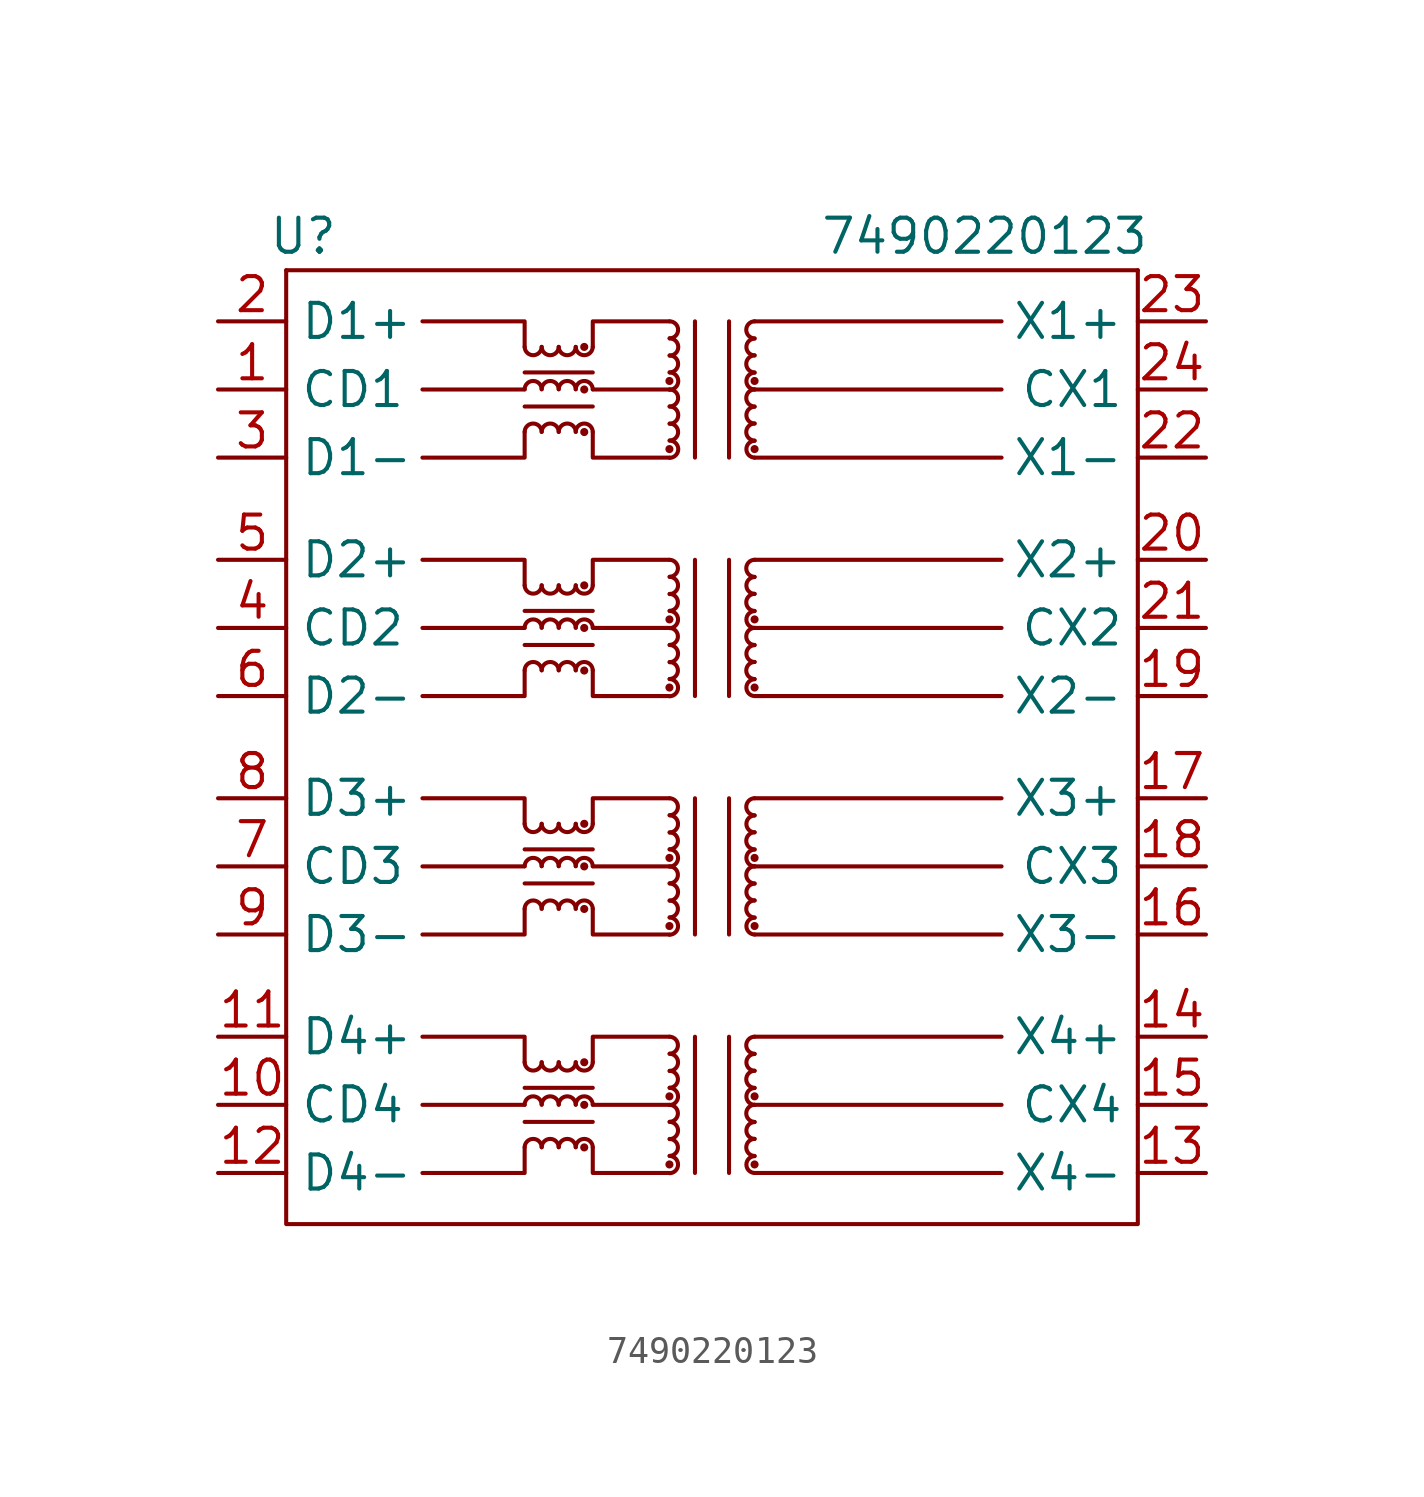
<source format=kicad_sym>
(kicad_symbol_lib
  (version 20211014)
  (generator kicad_symbol_editor)
  (symbol "7490220123"
    (property "Reference" "U"
      (at -15.24 19.05 0)
      (effects (font (size 1.27 1.27))))
    (property "Value" "7490220123"
      (at 10.16 19.05 0)
      (effects (font (size 1.27 1.27))))
    (symbol "7490220123_0_1"
      (arc (start -6.985 -11.7475) (mid -6.6675 -12.0571) (end -6.35 -11.7475) (stroke (width 0.1524) (type default) (color 0 0 0 0)) (fill (type none)))
      (arc (start -6.985 -2.8575) (mid -6.6675 -3.1671) (end -6.35 -2.8575) (stroke (width 0.1524) (type default) (color 0 0 0 0)) (fill (type none)))
      (arc (start -6.985 6.0325) (mid -6.6675 5.7229) (end -6.35 6.0325) (stroke (width 0.1524) (type default) (color 0 0 0 0)) (fill (type none)))
      (arc (start -6.985 14.9225) (mid -6.6675 14.6129) (end -6.35 14.9225) (stroke (width 0.1524) (type default) (color 0 0 0 0)) (fill (type none)))
      (arc (start -6.35 -14.9144) (mid -6.6675 -14.6048) (end -6.985 -14.9144) (stroke (width 0.1524) (type default) (color 0 0 0 0)) (fill (type none)))
      (arc (start -6.35 -13.3269) (mid -6.6675 -13.0173) (end -6.985 -13.3269) (stroke (width 0.1524) (type default) (color 0 0 0 0)) (fill (type none)))
      (arc (start -6.35 -11.7475) (mid -6.0325 -12.0571) (end -5.715 -11.7475) (stroke (width 0.1524) (type default) (color 0 0 0 0)) (fill (type none)))
      (arc (start -6.35 -6.0244) (mid -6.6675 -5.7148) (end -6.985 -6.0244) (stroke (width 0.1524) (type default) (color 0 0 0 0)) (fill (type none)))
      (arc (start -6.35 -4.4369) (mid -6.6675 -4.1273) (end -6.985 -4.4369) (stroke (width 0.1524) (type default) (color 0 0 0 0)) (fill (type none)))
      (arc (start -6.35 -2.8575) (mid -6.0325 -3.1671) (end -5.715 -2.8575) (stroke (width 0.1524) (type default) (color 0 0 0 0)) (fill (type none)))
      (arc (start -6.35 2.8656) (mid -6.6675 3.1752) (end -6.985 2.8656) (stroke (width 0.1524) (type default) (color 0 0 0 0)) (fill (type none)))
      (arc (start -6.35 4.4531) (mid -6.6675 4.7627) (end -6.985 4.4531) (stroke (width 0.1524) (type default) (color 0 0 0 0)) (fill (type none)))
      (arc (start -6.35 6.0325) (mid -6.0325 5.7229) (end -5.715 6.0325) (stroke (width 0.1524) (type default) (color 0 0 0 0)) (fill (type none)))
      (arc (start -6.35 11.7556) (mid -6.6675 12.0652) (end -6.985 11.7556) (stroke (width 0.1524) (type default) (color 0 0 0 0)) (fill (type none)))
      (arc (start -6.35 13.3431) (mid -6.6675 13.6527) (end -6.985 13.3431) (stroke (width 0.1524) (type default) (color 0 0 0 0)) (fill (type none)))
      (arc (start -6.35 14.9225) (mid -6.0325 14.6129) (end -5.715 14.9225) (stroke (width 0.1524) (type default) (color 0 0 0 0)) (fill (type none)))
      (arc (start -5.715 -14.9144) (mid -6.0325 -14.6048) (end -6.35 -14.9144) (stroke (width 0.1524) (type default) (color 0 0 0 0)) (fill (type none)))
      (arc (start -5.715 -13.3269) (mid -6.0325 -13.0173) (end -6.35 -13.3269) (stroke (width 0.1524) (type default) (color 0 0 0 0)) (fill (type none)))
      (arc (start -5.715 -11.7475) (mid -5.3975 -12.0571) (end -5.08 -11.7475) (stroke (width 0.1524) (type default) (color 0 0 0 0)) (fill (type none)))
      (arc (start -5.715 -6.0244) (mid -6.0325 -5.7148) (end -6.35 -6.0244) (stroke (width 0.1524) (type default) (color 0 0 0 0)) (fill (type none)))
      (arc (start -5.715 -4.4369) (mid -6.0325 -4.1273) (end -6.35 -4.4369) (stroke (width 0.1524) (type default) (color 0 0 0 0)) (fill (type none)))
      (arc (start -5.715 -2.8575) (mid -5.3975 -3.1671) (end -5.08 -2.8575) (stroke (width 0.1524) (type default) (color 0 0 0 0)) (fill (type none)))
      (arc (start -5.715 2.8656) (mid -6.0325 3.1752) (end -6.35 2.8656) (stroke (width 0.1524) (type default) (color 0 0 0 0)) (fill (type none)))
      (arc (start -5.715 4.4531) (mid -6.0325 4.7627) (end -6.35 4.4531) (stroke (width 0.1524) (type default) (color 0 0 0 0)) (fill (type none)))
      (arc (start -5.715 6.0325) (mid -5.3975 5.7229) (end -5.08 6.0325) (stroke (width 0.1524) (type default) (color 0 0 0 0)) (fill (type none)))
      (arc (start -5.715 11.7556) (mid -6.0325 12.0652) (end -6.35 11.7556) (stroke (width 0.1524) (type default) (color 0 0 0 0)) (fill (type none)))
      (arc (start -5.715 13.3431) (mid -6.0325 13.6527) (end -6.35 13.3431) (stroke (width 0.1524) (type default) (color 0 0 0 0)) (fill (type none)))
      (arc (start -5.715 14.9225) (mid -5.3975 14.6129) (end -5.08 14.9225) (stroke (width 0.1524) (type default) (color 0 0 0 0)) (fill (type none)))
      (arc (start -5.08 -14.9144) (mid -5.3975 -14.6048) (end -5.715 -14.9144) (stroke (width 0.1524) (type default) (color 0 0 0 0)) (fill (type none)))
      (arc (start -5.08 -13.3269) (mid -5.3975 -13.0173) (end -5.715 -13.3269) (stroke (width 0.1524) (type default) (color 0 0 0 0)) (fill (type none)))
      (arc (start -5.08 -11.7475) (mid -4.7625 -12.0571) (end -4.445 -11.7475) (stroke (width 0.1524) (type default) (color 0 0 0 0)) (fill (type none)))
      (arc (start -5.08 -6.0244) (mid -5.3975 -5.7148) (end -5.715 -6.0244) (stroke (width 0.1524) (type default) (color 0 0 0 0)) (fill (type none)))
      (arc (start -5.08 -4.4369) (mid -5.3975 -4.1273) (end -5.715 -4.4369) (stroke (width 0.1524) (type default) (color 0 0 0 0)) (fill (type none)))
      (arc (start -5.08 -2.8575) (mid -4.7625 -3.1671) (end -4.445 -2.8575) (stroke (width 0.1524) (type default) (color 0 0 0 0)) (fill (type none)))
      (arc (start -5.08 2.8656) (mid -5.3975 3.1752) (end -5.715 2.8656) (stroke (width 0.1524) (type default) (color 0 0 0 0)) (fill (type none)))
      (arc (start -5.08 4.4531) (mid -5.3975 4.7627) (end -5.715 4.4531) (stroke (width 0.1524) (type default) (color 0 0 0 0)) (fill (type none)))
      (arc (start -5.08 6.0325) (mid -4.7625 5.7229) (end -4.445 6.0325) (stroke (width 0.1524) (type default) (color 0 0 0 0)) (fill (type none)))
      (arc (start -5.08 11.7556) (mid -5.3975 12.0652) (end -5.715 11.7556) (stroke (width 0.1524) (type default) (color 0 0 0 0)) (fill (type none)))
      (arc (start -5.08 13.3431) (mid -5.3975 13.6527) (end -5.715 13.3431) (stroke (width 0.1524) (type default) (color 0 0 0 0)) (fill (type none)))
      (arc (start -5.08 14.9225) (mid -4.7625 14.6129) (end -4.445 14.9225) (stroke (width 0.1524) (type default) (color 0 0 0 0)) (fill (type none)))
      (circle (center -4.763 -14.922) (radius 0.0001) (stroke (width 0.152) (type default) (color 0 0 0 0)) (fill (type none)))
      (circle (center -4.763 -13.335) (radius 0.0001) (stroke (width 0.152) (type default) (color 0 0 0 0)) (fill (type none)))
      (circle (center -4.763 -11.748) (radius 0.0001) (stroke (width 0.152) (type default) (color 0 0 0 0)) (fill (type none)))
      (circle (center -4.763 -6.032) (radius 0.0001) (stroke (width 0.152) (type default) (color 0 0 0 0)) (fill (type none)))
      (circle (center -4.763 -4.445) (radius 0.0001) (stroke (width 0.152) (type default) (color 0 0 0 0)) (fill (type none)))
      (circle (center -4.763 -2.857) (radius 0.0001) (stroke (width 0.152) (type default) (color 0 0 0 0)) (fill (type none)))
      (circle (center -4.763 2.857) (radius 0.0001) (stroke (width 0.152) (type default) (color 0 0 0 0)) (fill (type none)))
      (circle (center -4.763 4.445) (radius 0.0001) (stroke (width 0.152) (type default) (color 0 0 0 0)) (fill (type none)))
      (circle (center -4.763 6.032) (radius 0.0001) (stroke (width 0.152) (type default) (color 0 0 0 0)) (fill (type none)))
      (circle (center -4.763 11.748) (radius 0.0001) (stroke (width 0.152) (type default) (color 0 0 0 0)) (fill (type none)))
      (circle (center -4.763 13.335) (radius 0.0001) (stroke (width 0.152) (type default) (color 0 0 0 0)) (fill (type none)))
      (circle (center -4.763 14.922) (radius 0.0001) (stroke (width 0.152) (type default) (color 0 0 0 0)) (fill (type none)))
      (arc (start -4.445 -14.9144) (mid -4.7625 -14.6048) (end -5.08 -14.9144) (stroke (width 0.1524) (type default) (color 0 0 0 0)) (fill (type none)))
      (arc (start -4.445 -13.3269) (mid -4.7625 -13.0173) (end -5.08 -13.3269) (stroke (width 0.1524) (type default) (color 0 0 0 0)) (fill (type none)))
      (arc (start -4.445 -6.0244) (mid -4.7625 -5.7148) (end -5.08 -6.0244) (stroke (width 0.1524) (type default) (color 0 0 0 0)) (fill (type none)))
      (arc (start -4.445 -4.4369) (mid -4.7625 -4.1273) (end -5.08 -4.4369) (stroke (width 0.1524) (type default) (color 0 0 0 0)) (fill (type none)))
      (arc (start -4.445 2.8656) (mid -4.7625 3.1752) (end -5.08 2.8656) (stroke (width 0.1524) (type default) (color 0 0 0 0)) (fill (type none)))
      (arc (start -4.445 4.4531) (mid -4.7625 4.7627) (end -5.08 4.4531) (stroke (width 0.1524) (type default) (color 0 0 0 0)) (fill (type none)))
      (arc (start -4.445 11.7556) (mid -4.7625 12.0652) (end -5.08 11.7556) (stroke (width 0.1524) (type default) (color 0 0 0 0)) (fill (type none)))
      (arc (start -4.445 13.3431) (mid -4.7625 13.6527) (end -5.08 13.3431) (stroke (width 0.1524) (type default) (color 0 0 0 0)) (fill (type none)))
      (circle (center -1.587 -15.557) (radius 0.0001) (stroke (width 0.152) (type default) (color 0 0 0 0)) (fill (type none)))
      (circle (center -1.587 -13.018) (radius 0.0001) (stroke (width 0.152) (type default) (color 0 0 0 0)) (fill (type none)))
      (circle (center -1.587 -6.668) (radius 0.0001) (stroke (width 0.152) (type default) (color 0 0 0 0)) (fill (type none)))
      (circle (center -1.587 -4.128) (radius 0.0001) (stroke (width 0.152) (type default) (color 0 0 0 0)) (fill (type none)))
      (circle (center -1.587 2.223) (radius 0.0001) (stroke (width 0.152) (type default) (color 0 0 0 0)) (fill (type none)))
      (circle (center -1.587 4.763) (radius 0.0001) (stroke (width 0.152) (type default) (color 0 0 0 0)) (fill (type none)))
      (circle (center -1.587 11.113) (radius 0.0001) (stroke (width 0.152) (type default) (color 0 0 0 0)) (fill (type none)))
      (circle (center -1.587 13.652) (radius 0.0001) (stroke (width 0.152) (type default) (color 0 0 0 0)) (fill (type none)))
      (arc (start -1.5795 -15.875) (mid -1.2699 -15.5575) (end -1.5795 -15.24) (stroke (width 0.1524) (type default) (color 0 0 0 0)) (fill (type none)))
      (arc (start -1.5795 -15.24) (mid -1.2699 -14.9225) (end -1.5795 -14.605) (stroke (width 0.1524) (type default) (color 0 0 0 0)) (fill (type none)))
      (arc (start -1.5795 -14.605) (mid -1.2699 -14.2875) (end -1.5795 -13.97) (stroke (width 0.1524) (type default) (color 0 0 0 0)) (fill (type none)))
      (arc (start -1.5795 -13.97) (mid -1.2699 -13.6525) (end -1.5795 -13.335) (stroke (width 0.1524) (type default) (color 0 0 0 0)) (fill (type none)))
      (arc (start -1.5795 -13.335) (mid -1.2699 -13.0175) (end -1.5795 -12.7) (stroke (width 0.1524) (type default) (color 0 0 0 0)) (fill (type none)))
      (arc (start -1.5795 -12.7) (mid -1.2699 -12.3825) (end -1.5795 -12.065) (stroke (width 0.1524) (type default) (color 0 0 0 0)) (fill (type none)))
      (arc (start -1.5795 -12.065) (mid -1.2699 -11.7475) (end -1.5795 -11.43) (stroke (width 0.1524) (type default) (color 0 0 0 0)) (fill (type none)))
      (arc (start -1.5795 -11.43) (mid -1.2699 -11.1125) (end -1.5795 -10.795) (stroke (width 0.1524) (type default) (color 0 0 0 0)) (fill (type none)))
      (arc (start -1.5795 -6.985) (mid -1.2699 -6.6675) (end -1.5795 -6.35) (stroke (width 0.1524) (type default) (color 0 0 0 0)) (fill (type none)))
      (arc (start -1.5795 -6.35) (mid -1.2699 -6.0325) (end -1.5795 -5.715) (stroke (width 0.1524) (type default) (color 0 0 0 0)) (fill (type none)))
      (arc (start -1.5795 -5.715) (mid -1.2699 -5.3975) (end -1.5795 -5.08) (stroke (width 0.1524) (type default) (color 0 0 0 0)) (fill (type none)))
      (arc (start -1.5795 -5.08) (mid -1.2699 -4.7625) (end -1.5795 -4.445) (stroke (width 0.1524) (type default) (color 0 0 0 0)) (fill (type none)))
      (arc (start -1.5795 -4.445) (mid -1.2699 -4.1275) (end -1.5795 -3.81) (stroke (width 0.1524) (type default) (color 0 0 0 0)) (fill (type none)))
      (arc (start -1.5795 -3.81) (mid -1.2699 -3.4925) (end -1.5795 -3.175) (stroke (width 0.1524) (type default) (color 0 0 0 0)) (fill (type none)))
      (arc (start -1.5795 -3.175) (mid -1.2699 -2.8575) (end -1.5795 -2.54) (stroke (width 0.1524) (type default) (color 0 0 0 0)) (fill (type none)))
      (arc (start -1.5795 -2.54) (mid -1.2699 -2.2225) (end -1.5795 -1.905) (stroke (width 0.1524) (type default) (color 0 0 0 0)) (fill (type none)))
      (arc (start -1.5795 1.905) (mid -1.2699 2.2225) (end -1.5795 2.54) (stroke (width 0.1524) (type default) (color 0 0 0 0)) (fill (type none)))
      (arc (start -1.5795 2.54) (mid -1.2699 2.8575) (end -1.5795 3.175) (stroke (width 0.1524) (type default) (color 0 0 0 0)) (fill (type none)))
      (arc (start -1.5795 3.175) (mid -1.2699 3.4925) (end -1.5795 3.81) (stroke (width 0.1524) (type default) (color 0 0 0 0)) (fill (type none)))
      (arc (start -1.5795 3.81) (mid -1.2699 4.1275) (end -1.5795 4.445) (stroke (width 0.1524) (type default) (color 0 0 0 0)) (fill (type none)))
      (arc (start -1.5795 4.445) (mid -1.2699 4.7625) (end -1.5795 5.08) (stroke (width 0.1524) (type default) (color 0 0 0 0)) (fill (type none)))
      (arc (start -1.5795 5.08) (mid -1.2699 5.3975) (end -1.5795 5.715) (stroke (width 0.1524) (type default) (color 0 0 0 0)) (fill (type none)))
      (arc (start -1.5795 5.715) (mid -1.2699 6.0325) (end -1.5795 6.35) (stroke (width 0.1524) (type default) (color 0 0 0 0)) (fill (type none)))
      (arc (start -1.5795 6.35) (mid -1.2699 6.6675) (end -1.5795 6.985) (stroke (width 0.1524) (type default) (color 0 0 0 0)) (fill (type none)))
      (arc (start -1.5796 10.795) (mid -1.27 11.1125) (end -1.5796 11.43) (stroke (width 0.1524) (type default) (color 0 0 0 0)) (fill (type none)))
      (arc (start -1.5796 11.43) (mid -1.27 11.7475) (end -1.5796 12.065) (stroke (width 0.1524) (type default) (color 0 0 0 0)) (fill (type none)))
      (arc (start -1.5796 12.065) (mid -1.27 12.3825) (end -1.5796 12.7) (stroke (width 0.1524) (type default) (color 0 0 0 0)) (fill (type none)))
      (arc (start -1.5796 12.7) (mid -1.27 13.0175) (end -1.5796 13.335) (stroke (width 0.1524) (type default) (color 0 0 0 0)) (fill (type none)))
      (arc (start -1.5796 13.335) (mid -1.27 13.6525) (end -1.5796 13.97) (stroke (width 0.1524) (type default) (color 0 0 0 0)) (fill (type none)))
      (arc (start -1.5796 13.97) (mid -1.27 14.2875) (end -1.5796 14.605) (stroke (width 0.1524) (type default) (color 0 0 0 0)) (fill (type none)))
      (arc (start -1.5796 14.605) (mid -1.27 14.9225) (end -1.5796 15.24) (stroke (width 0.1524) (type default) (color 0 0 0 0)) (fill (type none)))
      (arc (start -1.5796 15.24) (mid -1.27 15.5575) (end -1.5796 15.875) (stroke (width 0.1524) (type default) (color 0 0 0 0)) (fill (type none)))
      (polyline (pts (xy -6.985 -13.97) (xy -4.445 -13.97)) (stroke (width 0.152) (type default) (color 0 0 0 0)) (fill (type none)))
      (polyline (pts (xy -6.985 -13.335) (xy -10.795 -13.335)) (stroke (width 0.152) (type default) (color 0 0 0 0)) (fill (type none)))
      (polyline (pts (xy -6.985 -12.7) (xy -4.445 -12.7)) (stroke (width 0.152) (type default) (color 0 0 0 0)) (fill (type none)))
      (polyline (pts (xy -6.985 -5.08) (xy -4.445 -5.08)) (stroke (width 0.152) (type default) (color 0 0 0 0)) (fill (type none)))
      (polyline (pts (xy -6.985 -4.445) (xy -10.795 -4.445)) (stroke (width 0.152) (type default) (color 0 0 0 0)) (fill (type none)))
      (polyline (pts (xy -6.985 -3.81) (xy -4.445 -3.81)) (stroke (width 0.152) (type default) (color 0 0 0 0)) (fill (type none)))
      (polyline (pts (xy -6.985 3.81) (xy -4.445 3.81)) (stroke (width 0.152) (type default) (color 0 0 0 0)) (fill (type none)))
      (polyline (pts (xy -6.985 4.445) (xy -10.795 4.445)) (stroke (width 0.152) (type default) (color 0 0 0 0)) (fill (type none)))
      (polyline (pts (xy -6.985 5.08) (xy -4.445 5.08)) (stroke (width 0.152) (type default) (color 0 0 0 0)) (fill (type none)))
      (polyline (pts (xy -6.985 12.7) (xy -4.445 12.7)) (stroke (width 0.152) (type default) (color 0 0 0 0)) (fill (type none)))
      (polyline (pts (xy -6.985 13.335) (xy -10.795 13.335)) (stroke (width 0.152) (type default) (color 0 0 0 0)) (fill (type none)))
      (polyline (pts (xy -6.985 13.97) (xy -4.445 13.97)) (stroke (width 0.152) (type default) (color 0 0 0 0)) (fill (type none)))
      (polyline (pts (xy -4.445 -13.335) (xy -1.587 -13.335)) (stroke (width 0.152) (type default) (color 0 0 0 0)) (fill (type none)))
      (polyline (pts (xy -4.445 -4.445) (xy -1.587 -4.445)) (stroke (width 0.152) (type default) (color 0 0 0 0)) (fill (type none)))
      (polyline (pts (xy -4.445 4.445) (xy -1.587 4.445)) (stroke (width 0.152) (type default) (color 0 0 0 0)) (fill (type none)))
      (polyline (pts (xy -4.445 13.335) (xy -1.587 13.335)) (stroke (width 0.152) (type default) (color 0 0 0 0)) (fill (type none)))
      (polyline (pts (xy -0.635 -10.795) (xy -0.635 -15.875)) (stroke (width 0.152) (type default) (color 0 0 0 0)) (fill (type none)))
      (polyline (pts (xy -0.635 -1.905) (xy -0.635 -6.985)) (stroke (width 0.152) (type default) (color 0 0 0 0)) (fill (type none)))
      (polyline (pts (xy -0.635 6.985) (xy -0.635 1.905)) (stroke (width 0.152) (type default) (color 0 0 0 0)) (fill (type none)))
      (polyline (pts (xy -0.635 15.875) (xy -0.635 10.795)) (stroke (width 0.152) (type default) (color 0 0 0 0)) (fill (type none)))
      (polyline (pts (xy 0.635 -15.875) (xy 0.635 -10.795)) (stroke (width 0.152) (type default) (color 0 0 0 0)) (fill (type none)))
      (polyline (pts (xy 0.635 -6.985) (xy 0.635 -1.905)) (stroke (width 0.152) (type default) (color 0 0 0 0)) (fill (type none)))
      (polyline (pts (xy 0.635 1.905) (xy 0.635 6.985)) (stroke (width 0.152) (type default) (color 0 0 0 0)) (fill (type none)))
      (polyline (pts (xy 0.635 10.795) (xy 0.635 15.875)) (stroke (width 0.152) (type default) (color 0 0 0 0)) (fill (type none)))
      (polyline (pts (xy 1.587 -15.875) (xy 10.795 -15.875)) (stroke (width 0.152) (type default) (color 0 0 0 0)) (fill (type none)))
      (polyline (pts (xy 1.587 -13.335) (xy 10.795 -13.335)) (stroke (width 0.152) (type default) (color 0 0 0 0)) (fill (type none)))
      (polyline (pts (xy 1.587 -10.795) (xy 10.795 -10.795)) (stroke (width 0.152) (type default) (color 0 0 0 0)) (fill (type none)))
      (polyline (pts (xy 1.587 -6.985) (xy 10.795 -6.985)) (stroke (width 0.152) (type default) (color 0 0 0 0)) (fill (type none)))
      (polyline (pts (xy 1.587 -4.445) (xy 10.795 -4.445)) (stroke (width 0.152) (type default) (color 0 0 0 0)) (fill (type none)))
      (polyline (pts (xy 1.587 -1.905) (xy 10.795 -1.905)) (stroke (width 0.152) (type default) (color 0 0 0 0)) (fill (type none)))
      (polyline (pts (xy 1.587 1.905) (xy 10.795 1.905)) (stroke (width 0.152) (type default) (color 0 0 0 0)) (fill (type none)))
      (polyline (pts (xy 1.587 4.445) (xy 10.795 4.445)) (stroke (width 0.152) (type default) (color 0 0 0 0)) (fill (type none)))
      (polyline (pts (xy 1.587 6.985) (xy 10.795 6.985)) (stroke (width 0.152) (type default) (color 0 0 0 0)) (fill (type none)))
      (polyline (pts (xy 1.587 10.795) (xy 10.795 10.795)) (stroke (width 0.152) (type default) (color 0 0 0 0)) (fill (type none)))
      (polyline (pts (xy 1.587 15.875) (xy 10.795 15.875)) (stroke (width 0.152) (type default) (color 0 0 0 0)) (fill (type none)))
      (polyline (pts (xy 10.795 13.335) (xy 1.587 13.335)) (stroke (width 0.152) (type default) (color 0 0 0 0)) (fill (type none)))
      (polyline (pts (xy 15.875 17.78) (xy -15.875 17.78)) (stroke (width 0.152) (type default) (color 0 0 0 0)) (fill (type none)))
      (polyline (pts (xy -6.985 -14.922) (xy -6.985 -15.875) (xy -10.795 -15.875)) (stroke (width 0.152) (type default) (color 0 0 0 0)) (fill (type none)))
      (polyline (pts (xy -6.985 -11.748) (xy -6.985 -10.795) (xy -10.795 -10.795)) (stroke (width 0.152) (type default) (color 0 0 0 0)) (fill (type none)))
      (polyline (pts (xy -6.985 -6.032) (xy -6.985 -6.985) (xy -10.795 -6.985)) (stroke (width 0.152) (type default) (color 0 0 0 0)) (fill (type none)))
      (polyline (pts (xy -6.985 -2.857) (xy -6.985 -1.905) (xy -10.795 -1.905)) (stroke (width 0.152) (type default) (color 0 0 0 0)) (fill (type none)))
      (polyline (pts (xy -6.985 2.857) (xy -6.985 1.905) (xy -10.795 1.905)) (stroke (width 0.152) (type default) (color 0 0 0 0)) (fill (type none)))
      (polyline (pts (xy -6.985 6.032) (xy -6.985 6.985) (xy -10.795 6.985)) (stroke (width 0.152) (type default) (color 0 0 0 0)) (fill (type none)))
      (polyline (pts (xy -6.985 11.748) (xy -6.985 10.795) (xy -10.795 10.795)) (stroke (width 0.152) (type default) (color 0 0 0 0)) (fill (type none)))
      (polyline (pts (xy -6.985 14.922) (xy -6.985 15.875) (xy -10.795 15.875)) (stroke (width 0.152) (type default) (color 0 0 0 0)) (fill (type none)))
      (polyline (pts (xy -4.445 -14.922) (xy -4.445 -15.875) (xy -1.587 -15.875)) (stroke (width 0.152) (type default) (color 0 0 0 0)) (fill (type none)))
      (polyline (pts (xy -4.445 -11.748) (xy -4.445 -10.795) (xy -1.587 -10.795)) (stroke (width 0.152) (type default) (color 0 0 0 0)) (fill (type none)))
      (polyline (pts (xy -4.445 -6.032) (xy -4.445 -6.985) (xy -1.587 -6.985)) (stroke (width 0.152) (type default) (color 0 0 0 0)) (fill (type none)))
      (polyline (pts (xy -4.445 -2.857) (xy -4.445 -1.905) (xy -1.587 -1.905)) (stroke (width 0.152) (type default) (color 0 0 0 0)) (fill (type none)))
      (polyline (pts (xy -4.445 2.857) (xy -4.445 1.905) (xy -1.587 1.905)) (stroke (width 0.152) (type default) (color 0 0 0 0)) (fill (type none)))
      (polyline (pts (xy -4.445 6.032) (xy -4.445 6.985) (xy -1.587 6.985)) (stroke (width 0.152) (type default) (color 0 0 0 0)) (fill (type none)))
      (polyline (pts (xy -4.445 11.748) (xy -4.445 10.795) (xy -1.587 10.795)) (stroke (width 0.152) (type default) (color 0 0 0 0)) (fill (type none)))
      (polyline (pts (xy -1.587 15.875) (xy -4.445 15.875) (xy -4.445 14.922)) (stroke (width 0.152) (type default) (color 0 0 0 0)) (fill (type none)))
      (polyline (pts (xy 15.875 17.78) (xy 15.875 -17.78) (xy -15.875 -17.78) (xy -15.875 17.78)) (stroke (width 0.152) (type default) (color 0 0 0 0)) (fill (type none)))
      (circle (center 1.587 -15.557) (radius 0.0001) (stroke (width 0.152) (type default) (color 0 0 0 0)) (fill (type none)))
      (arc (start 1.5876 -15.24) (mid 1.278 -15.5575) (end 1.5876 -15.875) (stroke (width 0.1524) (type default) (color 0 0 0 0)) (fill (type none)))
      (arc (start 1.5876 -14.605) (mid 1.278 -14.9225) (end 1.5876 -15.24) (stroke (width 0.1524) (type default) (color 0 0 0 0)) (fill (type none)))
      (arc (start 1.5876 -13.97) (mid 1.278 -14.2875) (end 1.5876 -14.605) (stroke (width 0.1524) (type default) (color 0 0 0 0)) (fill (type none)))
      (arc (start 1.5876 -13.335) (mid 1.278 -13.6525) (end 1.5876 -13.97) (stroke (width 0.1524) (type default) (color 0 0 0 0)) (fill (type none)))
      (circle (center 1.587 -13.018) (radius 0.0001) (stroke (width 0.152) (type default) (color 0 0 0 0)) (fill (type none)))
      (arc (start 1.5876 -12.7) (mid 1.278 -13.0175) (end 1.5876 -13.335) (stroke (width 0.1524) (type default) (color 0 0 0 0)) (fill (type none)))
      (arc (start 1.5876 -12.065) (mid 1.278 -12.3825) (end 1.5876 -12.7) (stroke (width 0.1524) (type default) (color 0 0 0 0)) (fill (type none)))
      (arc (start 1.5876 -11.43) (mid 1.278 -11.7475) (end 1.5876 -12.065) (stroke (width 0.1524) (type default) (color 0 0 0 0)) (fill (type none)))
      (arc (start 1.5876 -10.795) (mid 1.278 -11.1125) (end 1.5876 -11.43) (stroke (width 0.1524) (type default) (color 0 0 0 0)) (fill (type none)))
      (circle (center 1.587 -6.668) (radius 0.0001) (stroke (width 0.152) (type default) (color 0 0 0 0)) (fill (type none)))
      (arc (start 1.5876 -6.35) (mid 1.278 -6.6675) (end 1.5876 -6.985) (stroke (width 0.1524) (type default) (color 0 0 0 0)) (fill (type none)))
      (arc (start 1.5876 -5.715) (mid 1.278 -6.0325) (end 1.5876 -6.35) (stroke (width 0.1524) (type default) (color 0 0 0 0)) (fill (type none)))
      (arc (start 1.5876 -5.08) (mid 1.278 -5.3975) (end 1.5876 -5.715) (stroke (width 0.1524) (type default) (color 0 0 0 0)) (fill (type none)))
      (arc (start 1.5876 -4.445) (mid 1.278 -4.7625) (end 1.5876 -5.08) (stroke (width 0.1524) (type default) (color 0 0 0 0)) (fill (type none)))
      (circle (center 1.587 -4.128) (radius 0.0001) (stroke (width 0.152) (type default) (color 0 0 0 0)) (fill (type none)))
      (arc (start 1.5876 -3.81) (mid 1.278 -4.1275) (end 1.5876 -4.445) (stroke (width 0.1524) (type default) (color 0 0 0 0)) (fill (type none)))
      (arc (start 1.5876 -3.175) (mid 1.278 -3.4925) (end 1.5876 -3.81) (stroke (width 0.1524) (type default) (color 0 0 0 0)) (fill (type none)))
      (arc (start 1.5876 -2.54) (mid 1.278 -2.8575) (end 1.5876 -3.175) (stroke (width 0.1524) (type default) (color 0 0 0 0)) (fill (type none)))
      (arc (start 1.5876 -1.905) (mid 1.278 -2.2225) (end 1.5876 -2.54) (stroke (width 0.1524) (type default) (color 0 0 0 0)) (fill (type none)))
      (circle (center 1.587 2.223) (radius 0.0001) (stroke (width 0.152) (type default) (color 0 0 0 0)) (fill (type none)))
      (arc (start 1.5876 2.54) (mid 1.278 2.2225) (end 1.5876 1.905) (stroke (width 0.1524) (type default) (color 0 0 0 0)) (fill (type none)))
      (arc (start 1.5876 3.175) (mid 1.278 2.8575) (end 1.5876 2.54) (stroke (width 0.1524) (type default) (color 0 0 0 0)) (fill (type none)))
      (arc (start 1.5876 3.81) (mid 1.278 3.4925) (end 1.5876 3.175) (stroke (width 0.1524) (type default) (color 0 0 0 0)) (fill (type none)))
      (arc (start 1.5876 4.445) (mid 1.278 4.1275) (end 1.5876 3.81) (stroke (width 0.1524) (type default) (color 0 0 0 0)) (fill (type none)))
      (circle (center 1.587 4.763) (radius 0.0001) (stroke (width 0.152) (type default) (color 0 0 0 0)) (fill (type none)))
      (arc (start 1.5876 5.08) (mid 1.278 4.7625) (end 1.5876 4.445) (stroke (width 0.1524) (type default) (color 0 0 0 0)) (fill (type none)))
      (arc (start 1.5876 5.715) (mid 1.278 5.3975) (end 1.5876 5.08) (stroke (width 0.1524) (type default) (color 0 0 0 0)) (fill (type none)))
      (arc (start 1.5876 6.35) (mid 1.278 6.0325) (end 1.5876 5.715) (stroke (width 0.1524) (type default) (color 0 0 0 0)) (fill (type none)))
      (arc (start 1.5876 6.985) (mid 1.278 6.6675) (end 1.5876 6.35) (stroke (width 0.1524) (type default) (color 0 0 0 0)) (fill (type none)))
      (circle (center 1.587 11.113) (radius 0.0001) (stroke (width 0.152) (type default) (color 0 0 0 0)) (fill (type none)))
      (arc (start 1.5875 11.43) (mid 1.2779 11.1125) (end 1.5875 10.795) (stroke (width 0.1524) (type default) (color 0 0 0 0)) (fill (type none)))
      (arc (start 1.5875 12.065) (mid 1.2779 11.7475) (end 1.5875 11.43) (stroke (width 0.1524) (type default) (color 0 0 0 0)) (fill (type none)))
      (arc (start 1.5875 12.7) (mid 1.2779 12.3825) (end 1.5875 12.065) (stroke (width 0.1524) (type default) (color 0 0 0 0)) (fill (type none)))
      (arc (start 1.5875 13.335) (mid 1.2779 13.0175) (end 1.5875 12.7) (stroke (width 0.1524) (type default) (color 0 0 0 0)) (fill (type none)))
      (circle (center 1.587 13.652) (radius 0.0001) (stroke (width 0.152) (type default) (color 0 0 0 0)) (fill (type none)))
      (arc (start 1.5875 13.97) (mid 1.2779 13.6525) (end 1.5875 13.335) (stroke (width 0.1524) (type default) (color 0 0 0 0)) (fill (type none)))
      (arc (start 1.5875 14.605) (mid 1.2779 14.2875) (end 1.5875 13.97) (stroke (width 0.1524) (type default) (color 0 0 0 0)) (fill (type none)))
      (arc (start 1.5875 15.24) (mid 1.2779 14.9225) (end 1.5875 14.605) (stroke (width 0.1524) (type default) (color 0 0 0 0)) (fill (type none)))
      (arc (start 1.5875 15.875) (mid 1.2779 15.5575) (end 1.5875 15.24) (stroke (width 0.1524) (type default) (color 0 0 0 0)) (fill (type none))))
    (symbol "7490220123_1_1"
      (pin input line (at -18.415 13.335 0) (length 2.54) (name "CD1" (effects (font (size 1.27 1.27)))) (number "1" (effects (font (size 1.27 1.27)))))
      (pin input line (at -18.415 -13.335 0) (length 2.54) (name "CD4" (effects (font (size 1.27 1.27)))) (number "10" (effects (font (size 1.27 1.27)))))
      (pin input line (at -18.415 -10.795 0) (length 2.54) (name "D4+" (effects (font (size 1.27 1.27)))) (number "11" (effects (font (size 1.27 1.27)))))
      (pin input line (at -18.415 -15.875 0) (length 2.54) (name "D4-" (effects (font (size 1.27 1.27)))) (number "12" (effects (font (size 1.27 1.27)))))
      (pin input line (at 18.415 -15.875 180) (length 2.54) (name "X4-" (effects (font (size 1.27 1.27)))) (number "13" (effects (font (size 1.27 1.27)))))
      (pin input line (at 18.415 -10.795 180) (length 2.54) (name "X4+" (effects (font (size 1.27 1.27)))) (number "14" (effects (font (size 1.27 1.27)))))
      (pin input line (at 18.415 -13.335 180) (length 2.54) (name "CX4" (effects (font (size 1.27 1.27)))) (number "15" (effects (font (size 1.27 1.27)))))
      (pin input line (at 18.415 -6.985 180) (length 2.54) (name "X3-" (effects (font (size 1.27 1.27)))) (number "16" (effects (font (size 1.27 1.27)))))
      (pin input line (at 18.415 -1.905 180) (length 2.54) (name "X3+" (effects (font (size 1.27 1.27)))) (number "17" (effects (font (size 1.27 1.27)))))
      (pin input line (at 18.415 -4.445 180) (length 2.54) (name "CX3" (effects (font (size 1.27 1.27)))) (number "18" (effects (font (size 1.27 1.27)))))
      (pin input line (at 18.415 1.905 180) (length 2.54) (name "X2-" (effects (font (size 1.27 1.27)))) (number "19" (effects (font (size 1.27 1.27)))))
      (pin input line (at -18.415 15.875 0) (length 2.54) (name "D1+" (effects (font (size 1.27 1.27)))) (number "2" (effects (font (size 1.27 1.27)))))
      (pin input line (at 18.415 6.985 180) (length 2.54) (name "X2+" (effects (font (size 1.27 1.27)))) (number "20" (effects (font (size 1.27 1.27)))))
      (pin input line (at 18.415 4.445 180) (length 2.54) (name "CX2" (effects (font (size 1.27 1.27)))) (number "21" (effects (font (size 1.27 1.27)))))
      (pin input line (at 18.415 10.795 180) (length 2.54) (name "X1-" (effects (font (size 1.27 1.27)))) (number "22" (effects (font (size 1.27 1.27)))))
      (pin input line (at 18.415 15.875 180) (length 2.54) (name "X1+" (effects (font (size 1.27 1.27)))) (number "23" (effects (font (size 1.27 1.27)))))
      (pin input line (at 18.415 13.335 180) (length 2.54) (name "CX1" (effects (font (size 1.27 1.27)))) (number "24" (effects (font (size 1.27 1.27)))))
      (pin input line (at -18.415 10.795 0) (length 2.54) (name "D1-" (effects (font (size 1.27 1.27)))) (number "3" (effects (font (size 1.27 1.27)))))
      (pin input line (at -18.415 4.445 0) (length 2.54) (name "CD2" (effects (font (size 1.27 1.27)))) (number "4" (effects (font (size 1.27 1.27)))))
      (pin input line (at -18.415 6.985 0) (length 2.54) (name "D2+" (effects (font (size 1.27 1.27)))) (number "5" (effects (font (size 1.27 1.27)))))
      (pin input line (at -18.415 1.905 0) (length 2.54) (name "D2-" (effects (font (size 1.27 1.27)))) (number "6" (effects (font (size 1.27 1.27)))))
      (pin input line (at -18.415 -4.445 0) (length 2.54) (name "CD3" (effects (font (size 1.27 1.27)))) (number "7" (effects (font (size 1.27 1.27)))))
      (pin input line (at -18.415 -1.905 0) (length 2.54) (name "D3+" (effects (font (size 1.27 1.27)))) (number "8" (effects (font (size 1.27 1.27)))))
      (pin input line (at -18.415 -6.985 0) (length 2.54) (name "D3-" (effects (font (size 1.27 1.27)))) (number "9" (effects (font (size 1.27 1.27))))))))
</source>
